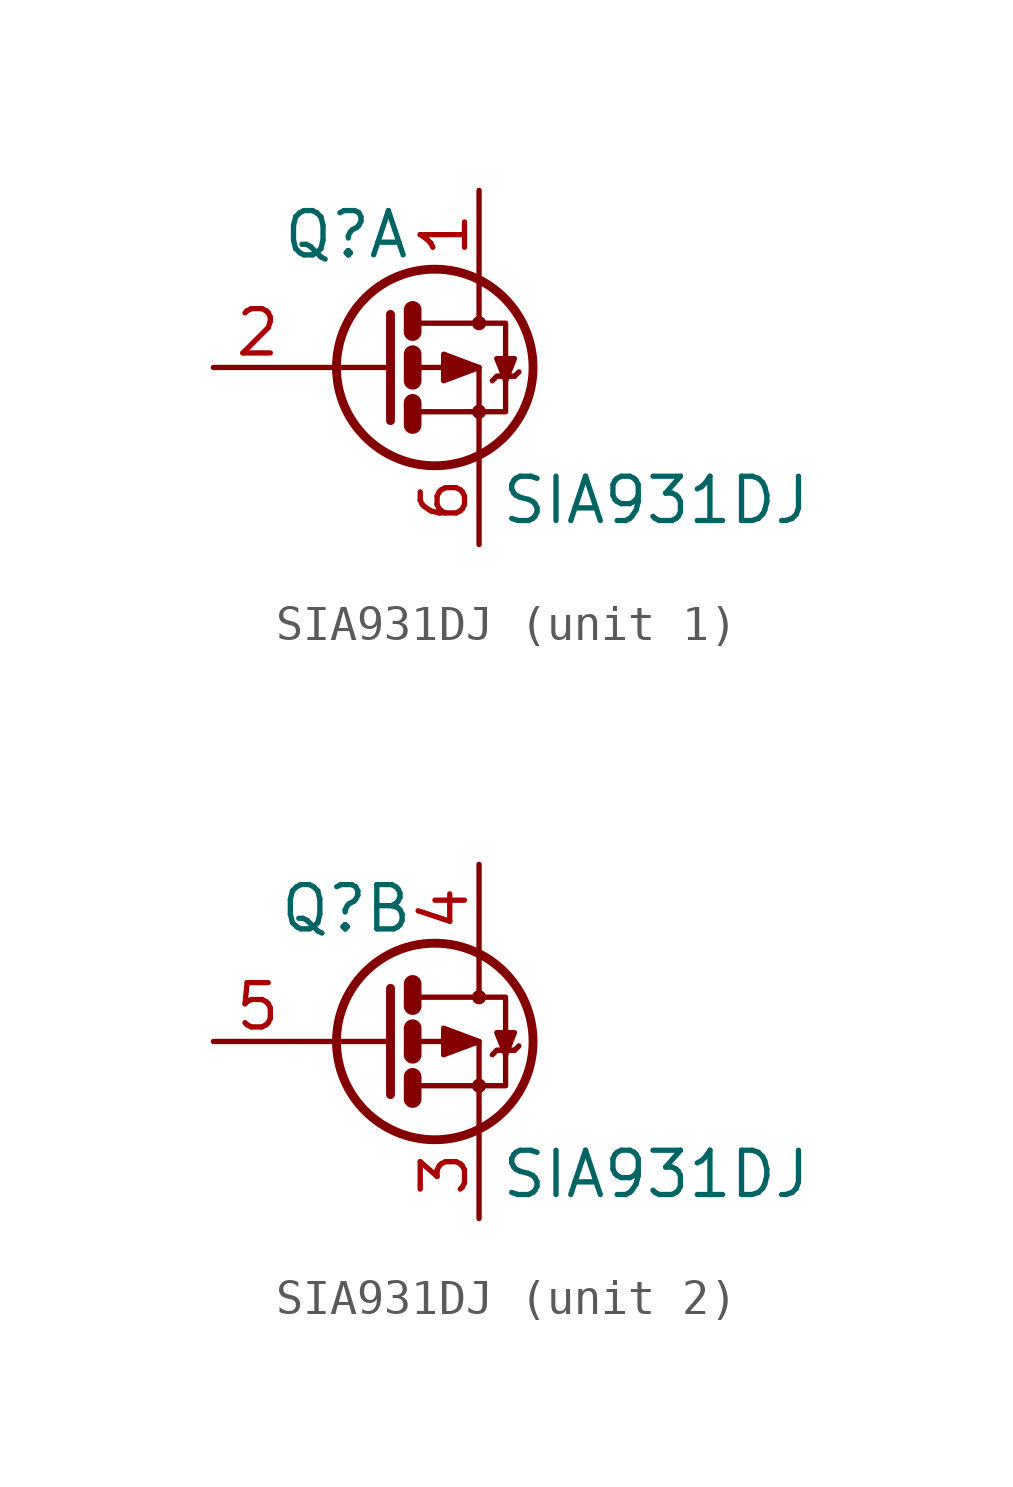
<source format=kicad_sym>
(kicad_symbol_lib
  (version 20211014)
  (generator kicad_symbol_editor)
  (symbol "SIA931DJ"
    (property "Reference" "Q"
      (at 3.81 3.81 0)
      (effects (font (size 1.27 1.27))))
    (property "Value" "SIA931DJ"
      (at 12.7 -3.81 0)
      (effects (font (size 1.27 1.27))))
    (symbol "SIA931DJ_1_1"
      (polyline (pts (xy 5.08 0) (xy 2.54 0)) (stroke (width 0) (type default) (color 0 0 0 0)) (fill (type none)))
      (polyline (pts (xy 5.715 -1.016) (xy 5.715 -1.651)) (stroke (width 0.508) (type default) (color 0 0 0 0)) (fill (type none)))
      (polyline (pts (xy 5.715 0.381) (xy 5.715 -0.381)) (stroke (width 0.508) (type default) (color 0 0 0 0)) (fill (type none)))
      (polyline (pts (xy 5.715 1.651) (xy 5.715 1.016)) (stroke (width 0.508) (type default) (color 0 0 0 0)) (fill (type none)))
      (polyline (pts (xy 8.128 -0.254) (xy 8.636 -0.254)) (stroke (width 0) (type default) (color 0 0 0 0)) (fill (type none)))
      (polyline (pts (xy 5.08 1.524) (xy 5.08 -1.524) (xy 5.08 -1.524)) (stroke (width 0.254) (type default) (color 0 0 0 0)) (fill (type none)))
      (polyline (pts (xy 5.842 -1.27) (xy 7.62 -1.27) (xy 7.62 -2.54) (xy 7.62 -2.54)) (stroke (width 0) (type default) (color 0 0 0 0)) (fill (type none)))
      (polyline (pts (xy 5.842 1.27) (xy 7.62 1.27) (xy 7.62 2.54) (xy 7.62 2.54)) (stroke (width 0) (type default) (color 0 0 0 0)) (fill (type none)))
      (polyline (pts (xy 7.62 0) (xy 6.604 0.381) (xy 6.604 -0.381) (xy 7.62 0)) (stroke (width 0) (type default) (color 0 0 0 0)) (fill (type outline)))
      (polyline (pts (xy 7.62 1.27) (xy 8.382 1.27) (xy 8.382 -1.27) (xy 7.62 -1.27)) (stroke (width 0) (type default) (color 0 0 0 0)) (fill (type none)))
      (polyline (pts (xy 8.128 0.254) (xy 8.636 0.254) (xy 8.382 -0.381) (xy 8.128 0.254)) (stroke (width 0) (type default) (color 0 0 0 0)) (fill (type outline)))
      (polyline (pts (xy 8.763 -0.127) (xy 8.636 -0.254) (xy 8.128 -0.254) (xy 8.001 -0.381)) (stroke (width 0) (type default) (color 0 0 0 0)) (fill (type none)))
      (polyline (pts (xy 5.842 0) (xy 6.35 0) (xy 7.62 0) (xy 7.62 -1.27) (xy 7.62 -1.27)) (stroke (width 0) (type default) (color 0 0 0 0)) (fill (type none)))
      (circle (center 6.35 0) (radius 2.819) (stroke (width 0.254) (type default) (color 0 0 0 0)) (fill (type none)))
      (circle (center 7.62 -1.27) (radius 0.127) (stroke (width 0) (type default) (color 0 0 0 0)) (fill (type none)))
      (circle (center 7.62 1.27) (radius 0.127) (stroke (width 0) (type default) (color 0 0 0 0)) (fill (type none)))
      (pin passive line (at 7.62 5.08 270) (length 2.54) (name "~" (effects (font (size 1.27 1.27)))) (number "1" (effects (font (size 1.27 1.27)))))
      (pin input line (at 0 0 0) (length 2.54) (name "~" (effects (font (size 1.27 1.27)))) (number "2" (effects (font (size 1.27 1.27)))))
      (pin passive line (at 7.62 -5.08 90) (length 2.54) (name "~" (effects (font (size 1.27 1.27)))) (number "6" (effects (font (size 1.27 1.27))))))
    (symbol "SIA931DJ_2_1"
      (polyline (pts (xy 5.08 0) (xy 2.54 0)) (stroke (width 0) (type default) (color 0 0 0 0)) (fill (type none)))
      (polyline (pts (xy 5.715 -1.016) (xy 5.715 -1.651)) (stroke (width 0.508) (type default) (color 0 0 0 0)) (fill (type none)))
      (polyline (pts (xy 5.715 0.381) (xy 5.715 -0.381)) (stroke (width 0.508) (type default) (color 0 0 0 0)) (fill (type none)))
      (polyline (pts (xy 5.715 1.651) (xy 5.715 1.016)) (stroke (width 0.508) (type default) (color 0 0 0 0)) (fill (type none)))
      (polyline (pts (xy 8.128 -0.254) (xy 8.636 -0.254)) (stroke (width 0) (type default) (color 0 0 0 0)) (fill (type none)))
      (polyline (pts (xy 5.08 1.524) (xy 5.08 -1.524) (xy 5.08 -1.524)) (stroke (width 0.254) (type default) (color 0 0 0 0)) (fill (type none)))
      (polyline (pts (xy 5.842 -1.27) (xy 7.62 -1.27) (xy 7.62 -2.54) (xy 7.62 -2.54)) (stroke (width 0) (type default) (color 0 0 0 0)) (fill (type none)))
      (polyline (pts (xy 5.842 1.27) (xy 7.62 1.27) (xy 7.62 2.54) (xy 7.62 2.54)) (stroke (width 0) (type default) (color 0 0 0 0)) (fill (type none)))
      (polyline (pts (xy 7.62 0) (xy 6.604 0.381) (xy 6.604 -0.381) (xy 7.62 0)) (stroke (width 0) (type default) (color 0 0 0 0)) (fill (type outline)))
      (polyline (pts (xy 7.62 1.27) (xy 8.382 1.27) (xy 8.382 -1.27) (xy 7.62 -1.27)) (stroke (width 0) (type default) (color 0 0 0 0)) (fill (type none)))
      (polyline (pts (xy 8.128 0.254) (xy 8.636 0.254) (xy 8.382 -0.381) (xy 8.128 0.254)) (stroke (width 0) (type default) (color 0 0 0 0)) (fill (type outline)))
      (polyline (pts (xy 8.763 -0.127) (xy 8.636 -0.254) (xy 8.128 -0.254) (xy 8.001 -0.381)) (stroke (width 0) (type default) (color 0 0 0 0)) (fill (type none)))
      (polyline (pts (xy 5.842 0) (xy 6.35 0) (xy 7.62 0) (xy 7.62 -1.27) (xy 7.62 -1.27)) (stroke (width 0) (type default) (color 0 0 0 0)) (fill (type none)))
      (circle (center 6.35 0) (radius 2.819) (stroke (width 0.254) (type default) (color 0 0 0 0)) (fill (type none)))
      (circle (center 7.62 -1.27) (radius 0.127) (stroke (width 0) (type default) (color 0 0 0 0)) (fill (type none)))
      (circle (center 7.62 1.27) (radius 0.127) (stroke (width 0) (type default) (color 0 0 0 0)) (fill (type none)))
      (pin passive line (at 7.62 -5.08 90) (length 2.54) (name "~" (effects (font (size 1.27 1.27)))) (number "3" (effects (font (size 1.27 1.27)))))
      (pin passive line (at 7.62 5.08 270) (length 2.54) (name "~" (effects (font (size 1.27 1.27)))) (number "4" (effects (font (size 1.27 1.27)))))
      (pin input line (at 0 0 0) (length 2.54) (name "~" (effects (font (size 1.27 1.27)))) (number "5" (effects (font (size 1.27 1.27))))))))
</source>
